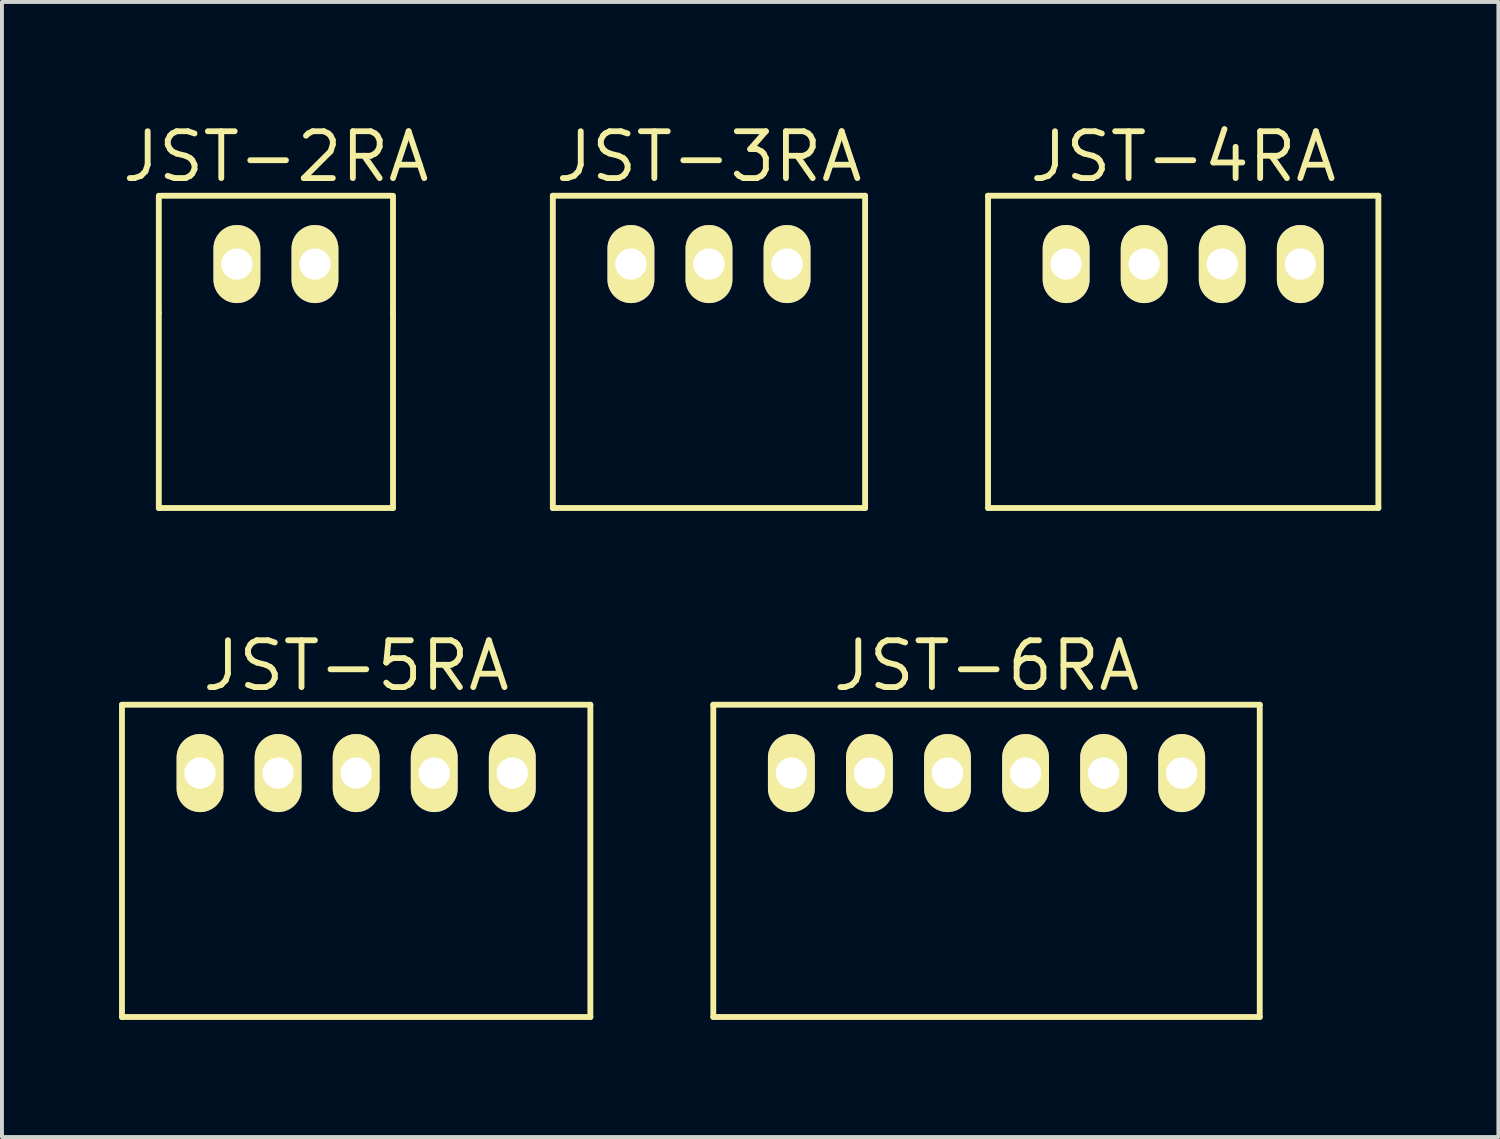
<source format=kicad_pcb>
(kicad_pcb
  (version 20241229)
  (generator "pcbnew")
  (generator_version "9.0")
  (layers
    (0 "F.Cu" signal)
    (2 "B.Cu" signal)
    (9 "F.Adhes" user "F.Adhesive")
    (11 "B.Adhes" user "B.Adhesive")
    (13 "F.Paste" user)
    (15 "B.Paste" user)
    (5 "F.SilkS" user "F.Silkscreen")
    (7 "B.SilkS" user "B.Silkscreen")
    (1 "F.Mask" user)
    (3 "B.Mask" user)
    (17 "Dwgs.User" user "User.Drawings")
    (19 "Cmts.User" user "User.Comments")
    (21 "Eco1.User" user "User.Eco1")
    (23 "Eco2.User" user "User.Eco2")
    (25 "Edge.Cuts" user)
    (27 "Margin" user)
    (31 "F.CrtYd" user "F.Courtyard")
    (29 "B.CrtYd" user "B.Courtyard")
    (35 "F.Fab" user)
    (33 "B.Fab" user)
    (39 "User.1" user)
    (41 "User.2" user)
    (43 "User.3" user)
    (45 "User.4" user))
  (footprint "JST-2RA"
    (layer "F.Cu")
    (at 4.019 3.715)
    (property "Reference" "JST-2RA" (at 0 -2.75 0) (layer "F.SilkS") (effects (font (size 1.2 1.2) (thickness 0.15))))
    (attr through_hole)
    (fp_line (start -3 1.25) (end -3 -1.75) (stroke (width 0.15) (type solid)) (layer "F.SilkS"))
    (fp_line (start -3 1.25) (end -3 6.25) (stroke (width 0.15) (type solid)) (layer "F.SilkS"))
    (fp_line (start -3 6.25) (end 3 6.25) (stroke (width 0.15) (type solid)) (layer "F.SilkS"))
    (fp_line (start -2.95 -1.75) (end 2.95 -1.75) (stroke (width 0.15) (type solid)) (layer "F.SilkS"))
    (fp_line (start 3 1.25) (end 3 -1.75) (stroke (width 0.15) (type solid)) (layer "F.SilkS"))
    (fp_line (start 3 6.25) (end 3 1.25) (stroke (width 0.15) (type solid)) (layer "F.SilkS"))
    (pad "1" thru_hole oval (at -1 0) (size 1.2 2) (drill 0.8) (layers "*.Cu" "*.Mask" "F.SilkS"))
    (pad "2" thru_hole oval (at 1 0) (size 1.2 2) (drill 0.8) (layers "*.Cu" "*.Mask" "F.SilkS")))
  (footprint "JST-5RA"
    (layer "F.Cu")
    (at 6.075 16.756)
    (property "Reference" "JST-5RA" (at 0 -2.75 0) (layer "F.SilkS") (effects (font (size 1.2 1.2) (thickness 0.15))))
    (attr through_hole)
    (fp_line (start -6 -1.75) (end 6 -1.75) (stroke (width 0.15) (type solid)) (layer "F.SilkS"))
    (fp_line (start -6 6.25) (end -6 -1.75) (stroke (width 0.15) (type solid)) (layer "F.SilkS"))
    (fp_line (start 6 -1.75) (end 6 6.25) (stroke (width 0.15) (type solid)) (layer "F.SilkS"))
    (fp_line (start 6 6.25) (end -6 6.25) (stroke (width 0.15) (type solid)) (layer "F.SilkS"))
    (pad "1" thru_hole oval (at -4 0) (size 1.2 2) (drill 0.8) (layers "*.Cu" "*.Mask" "F.SilkS"))
    (pad "2" thru_hole oval (at -2 0) (size 1.2 2) (drill 0.8) (layers "*.Cu" "*.Mask" "F.SilkS"))
    (pad "3" thru_hole oval (at 0 0) (size 1.2 2) (drill 0.8) (layers "*.Cu" "*.Mask" "F.SilkS"))
    (pad "4" thru_hole oval (at 2 0) (size 1.2 2) (drill 0.8) (layers "*.Cu" "*.Mask" "F.SilkS"))
    (pad "5" thru_hole oval (at 4 0) (size 1.2 2) (drill 0.8) (layers "*.Cu" "*.Mask" "F.SilkS")))
  (footprint "JST-6RA"
    (layer "F.Cu")
    (at 22.225 16.756)
    (property "Reference" "JST-6RA" (at 0 -2.75 0) (layer "F.SilkS") (effects (font (size 1.2 1.2) (thickness 0.15))))
    (attr through_hole)
    (fp_line (start -7 -1.75) (end 7 -1.75) (stroke (width 0.15) (type solid)) (layer "F.SilkS"))
    (fp_line (start -7 6.25) (end -7 -1.75) (stroke (width 0.15) (type solid)) (layer "F.SilkS"))
    (fp_line (start 7 -1.75) (end 7 6.25) (stroke (width 0.15) (type solid)) (layer "F.SilkS"))
    (fp_line (start 7 6.25) (end -7 6.25) (stroke (width 0.15) (type solid)) (layer "F.SilkS"))
    (pad "1" thru_hole oval (at -5 0) (size 1.2 2) (drill 0.8) (layers "*.Cu" "*.Mask" "F.SilkS"))
    (pad "2" thru_hole oval (at -3 0) (size 1.2 2) (drill 0.8) (layers "*.Cu" "*.Mask" "F.SilkS"))
    (pad "3" thru_hole oval (at -1 0) (size 1.2 2) (drill 0.8) (layers "*.Cu" "*.Mask" "F.SilkS"))
    (pad "4" thru_hole oval (at 1 0) (size 1.2 2) (drill 0.8) (layers "*.Cu" "*.Mask" "F.SilkS"))
    (pad "5" thru_hole oval (at 3 0) (size 1.2 2) (drill 0.8) (layers "*.Cu" "*.Mask" "F.SilkS"))
    (pad "6" thru_hole oval (at 5 0) (size 1.2 2) (drill 0.8) (layers "*.Cu" "*.Mask" "F.SilkS")))
  (footprint "JST-4RA"
    (layer "F.Cu")
    (at 27.264 3.715)
    (property "Reference" "JST-4RA" (at 0 -2.75 0) (layer "F.SilkS") (effects (font (size 1.2 1.2) (thickness 0.15))))
    (attr through_hole)
    (fp_line (start -5 -1.75) (end 5 -1.75) (stroke (width 0.15) (type solid)) (layer "F.SilkS"))
    (fp_line (start -5 6.25) (end -5 -1.75) (stroke (width 0.15) (type solid)) (layer "F.SilkS"))
    (fp_line (start 5 -1.75) (end 5 6.25) (stroke (width 0.15) (type solid)) (layer "F.SilkS"))
    (fp_line (start 5 6.25) (end -5 6.25) (stroke (width 0.15) (type solid)) (layer "F.SilkS"))
    (pad "1" thru_hole oval (at -3 0) (size 1.2 2) (drill 0.8) (layers "*.Cu" "*.Mask" "F.SilkS"))
    (pad "2" thru_hole oval (at -1 0) (size 1.2 2) (drill 0.8) (layers "*.Cu" "*.Mask" "F.SilkS"))
    (pad "3" thru_hole oval (at 1 0) (size 1.2 2) (drill 0.8) (layers "*.Cu" "*.Mask" "F.SilkS"))
    (pad "4" thru_hole oval (at 3 0) (size 1.2 2) (drill 0.8) (layers "*.Cu" "*.Mask" "F.SilkS")))
  (footprint "JST-3RA"
    (layer "F.Cu")
    (at 15.114 3.715)
    (property "Reference" "JST-3RA" (at 0 -2.75 0) (layer "F.SilkS") (effects (font (size 1.2 1.2) (thickness 0.15))))
    (attr through_hole)
    (fp_line (start -4 -1.75) (end 4 -1.75) (stroke (width 0.15) (type solid)) (layer "F.SilkS"))
    (fp_line (start -4 6.25) (end -4 -1.75) (stroke (width 0.15) (type solid)) (layer "F.SilkS"))
    (fp_line (start 4 -1.75) (end 4 6.25) (stroke (width 0.15) (type solid)) (layer "F.SilkS"))
    (fp_line (start 4 6.25) (end -4 6.25) (stroke (width 0.15) (type solid)) (layer "F.SilkS"))
    (pad "1" thru_hole oval (at -2 0) (size 1.2 2) (drill 0.8) (layers "*.Cu" "*.Mask" "F.SilkS"))
    (pad "2" thru_hole oval (at 0 0) (size 1.2 2) (drill 0.8) (layers "*.Cu" "*.Mask" "F.SilkS"))
    (pad "3" thru_hole oval (at 2 0) (size 1.2 2) (drill 0.8) (layers "*.Cu" "*.Mask" "F.SilkS")))
  (gr_rect
    (start -3 -3)
    (end 35.339 26.081)
    (stroke (width 0.1) (type default))
    (fill no)
    (layer "Edge.Cuts")))
</source>
